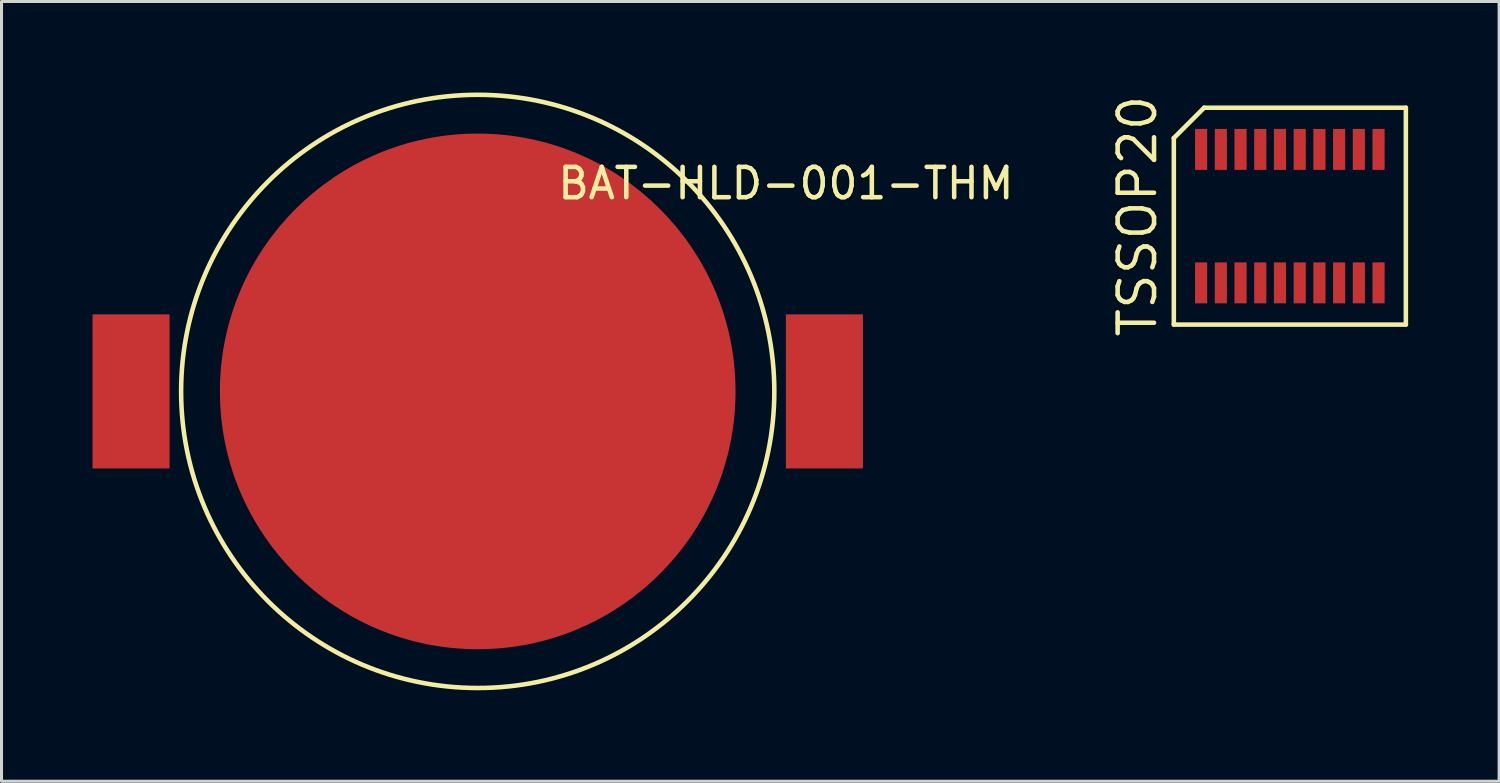
<source format=kicad_pcb>
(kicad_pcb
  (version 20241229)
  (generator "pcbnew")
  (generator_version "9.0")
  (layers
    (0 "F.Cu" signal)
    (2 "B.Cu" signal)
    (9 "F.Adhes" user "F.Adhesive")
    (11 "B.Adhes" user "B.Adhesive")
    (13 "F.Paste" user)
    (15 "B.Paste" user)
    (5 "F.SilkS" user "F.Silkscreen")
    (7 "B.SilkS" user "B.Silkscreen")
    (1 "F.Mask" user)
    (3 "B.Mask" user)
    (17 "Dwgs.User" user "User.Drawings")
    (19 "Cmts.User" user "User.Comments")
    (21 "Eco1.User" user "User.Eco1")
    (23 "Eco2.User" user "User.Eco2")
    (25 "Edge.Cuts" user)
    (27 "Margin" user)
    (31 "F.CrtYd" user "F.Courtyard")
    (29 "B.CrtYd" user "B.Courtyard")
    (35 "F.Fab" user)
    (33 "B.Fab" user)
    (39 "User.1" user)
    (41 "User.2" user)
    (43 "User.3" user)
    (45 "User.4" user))
  (footprint "TSSOP20"
    (layer "F.Cu")
    (at 39.475 4.076)
    (property "Reference" "TSSOP20" (at -5.025 0 90) (layer "F.SilkS") (effects (font (size 1.2 1.2) (thickness 0.15))))
    (attr through_hole)
    (fp_line (start -3.825 -2.575) (end -3.825 3.575) (stroke (width 0.15) (type solid)) (layer "F.SilkS"))
    (fp_line (start -3.825 3.575) (end 3.825 3.575) (stroke (width 0.15) (type solid)) (layer "F.SilkS"))
    (fp_line (start -2.825 -3.575) (end -3.825 -2.575) (stroke (width 0.15) (type solid)) (layer "F.SilkS"))
    (fp_line (start 3.825 -3.575) (end -2.825 -3.575) (stroke (width 0.15) (type solid)) (layer "F.SilkS"))
    (fp_line (start 3.825 3.575) (end 3.825 -3.575) (stroke (width 0.15) (type solid)) (layer "F.SilkS"))
    (pad "1" smd rect (at -2.925 2.2) (size 0.4 1.35) (layers "F.Cu" "F.Mask" "F.Paste"))
    (pad "2" smd rect (at -2.275 2.2) (size 0.4 1.35) (layers "F.Cu" "F.Mask" "F.Paste"))
    (pad "3" smd rect (at -1.625 2.2) (size 0.4 1.35) (layers "F.Cu" "F.Mask" "F.Paste"))
    (pad "4" smd rect (at -0.975 2.2) (size 0.4 1.35) (layers "F.Cu" "F.Mask" "F.Paste"))
    (pad "5" smd rect (at -0.325 2.2) (size 0.4 1.35) (layers "F.Cu" "F.Mask" "F.Paste"))
    (pad "6" smd rect (at 0.325 2.2) (size 0.4 1.35) (layers "F.Cu" "F.Mask" "F.Paste"))
    (pad "7" smd rect (at 0.975 2.2) (size 0.4 1.35) (layers "F.Cu" "F.Mask" "F.Paste"))
    (pad "8" smd rect (at 1.625 2.2) (size 0.4 1.35) (layers "F.Cu" "F.Mask" "F.Paste"))
    (pad "9" smd rect (at 2.275 2.2) (size 0.4 1.35) (layers "F.Cu" "F.Mask" "F.Paste"))
    (pad "10" smd rect (at 2.925 2.2) (size 0.4 1.35) (layers "F.Cu" "F.Mask" "F.Paste"))
    (pad "11" smd rect (at 2.925 -2.2) (size 0.4 1.35) (layers "F.Cu" "F.Mask" "F.Paste"))
    (pad "12" smd rect (at 2.275 -2.2) (size 0.4 1.35) (layers "F.Cu" "F.Mask" "F.Paste"))
    (pad "13" smd rect (at 1.625 -2.2) (size 0.4 1.35) (layers "F.Cu" "F.Mask" "F.Paste"))
    (pad "14" smd rect (at 0.975 -2.2) (size 0.4 1.35) (layers "F.Cu" "F.Mask" "F.Paste"))
    (pad "15" smd rect (at 0.325 -2.2) (size 0.4 1.35) (layers "F.Cu" "F.Mask" "F.Paste"))
    (pad "16" smd rect (at -0.325 -2.2) (size 0.4 1.35) (layers "F.Cu" "F.Mask" "F.Paste"))
    (pad "17" smd rect (at -0.975 -2.2) (size 0.4 1.35) (layers "F.Cu" "F.Mask" "F.Paste"))
    (pad "18" smd rect (at -1.625 -2.2) (size 0.4 1.35) (layers "F.Cu" "F.Mask" "F.Paste"))
    (pad "19" smd rect (at -2.275 -2.2) (size 0.4 1.35) (layers "F.Cu" "F.Mask" "F.Paste"))
    (pad "20" smd rect (at -2.925 -2.2) (size 0.4 1.35) (layers "F.Cu" "F.Mask" "F.Paste")))
  (footprint "BAT-HLD-001-THM"
    (layer "F.Cu")
    (at 12.7 9.854)
    (property "Reference" "BAT-HLD-001-THM" (at 10.16 -6.858 0) (layer "F.SilkS") (effects (font (size 1 1) (thickness 0.15))))
    (attr through_hole)
    (fp_circle (center 0 0) (end 5.25 8.25) (stroke (width 0.15) (type solid)) (fill no) (layer "F.SilkS"))
    (pad "1" smd rect (at -11.43 0) (size 2.54 5.08) (layers "F.Cu" "F.Mask" "F.Paste"))
    (pad "1" smd rect (at 11.43 0) (size 2.54 5.08) (layers "F.Cu" "F.Mask" "F.Paste"))
    (pad "2" smd circle (at 0 0) (size 17 17) (layers "F.Cu" "F.Mask" "F.Paste")))
  (gr_rect
    (start -3 -3)
    (end 46.375 22.708)
    (stroke (width 0.1) (type default))
    (fill no)
    (layer "Edge.Cuts")))
</source>
